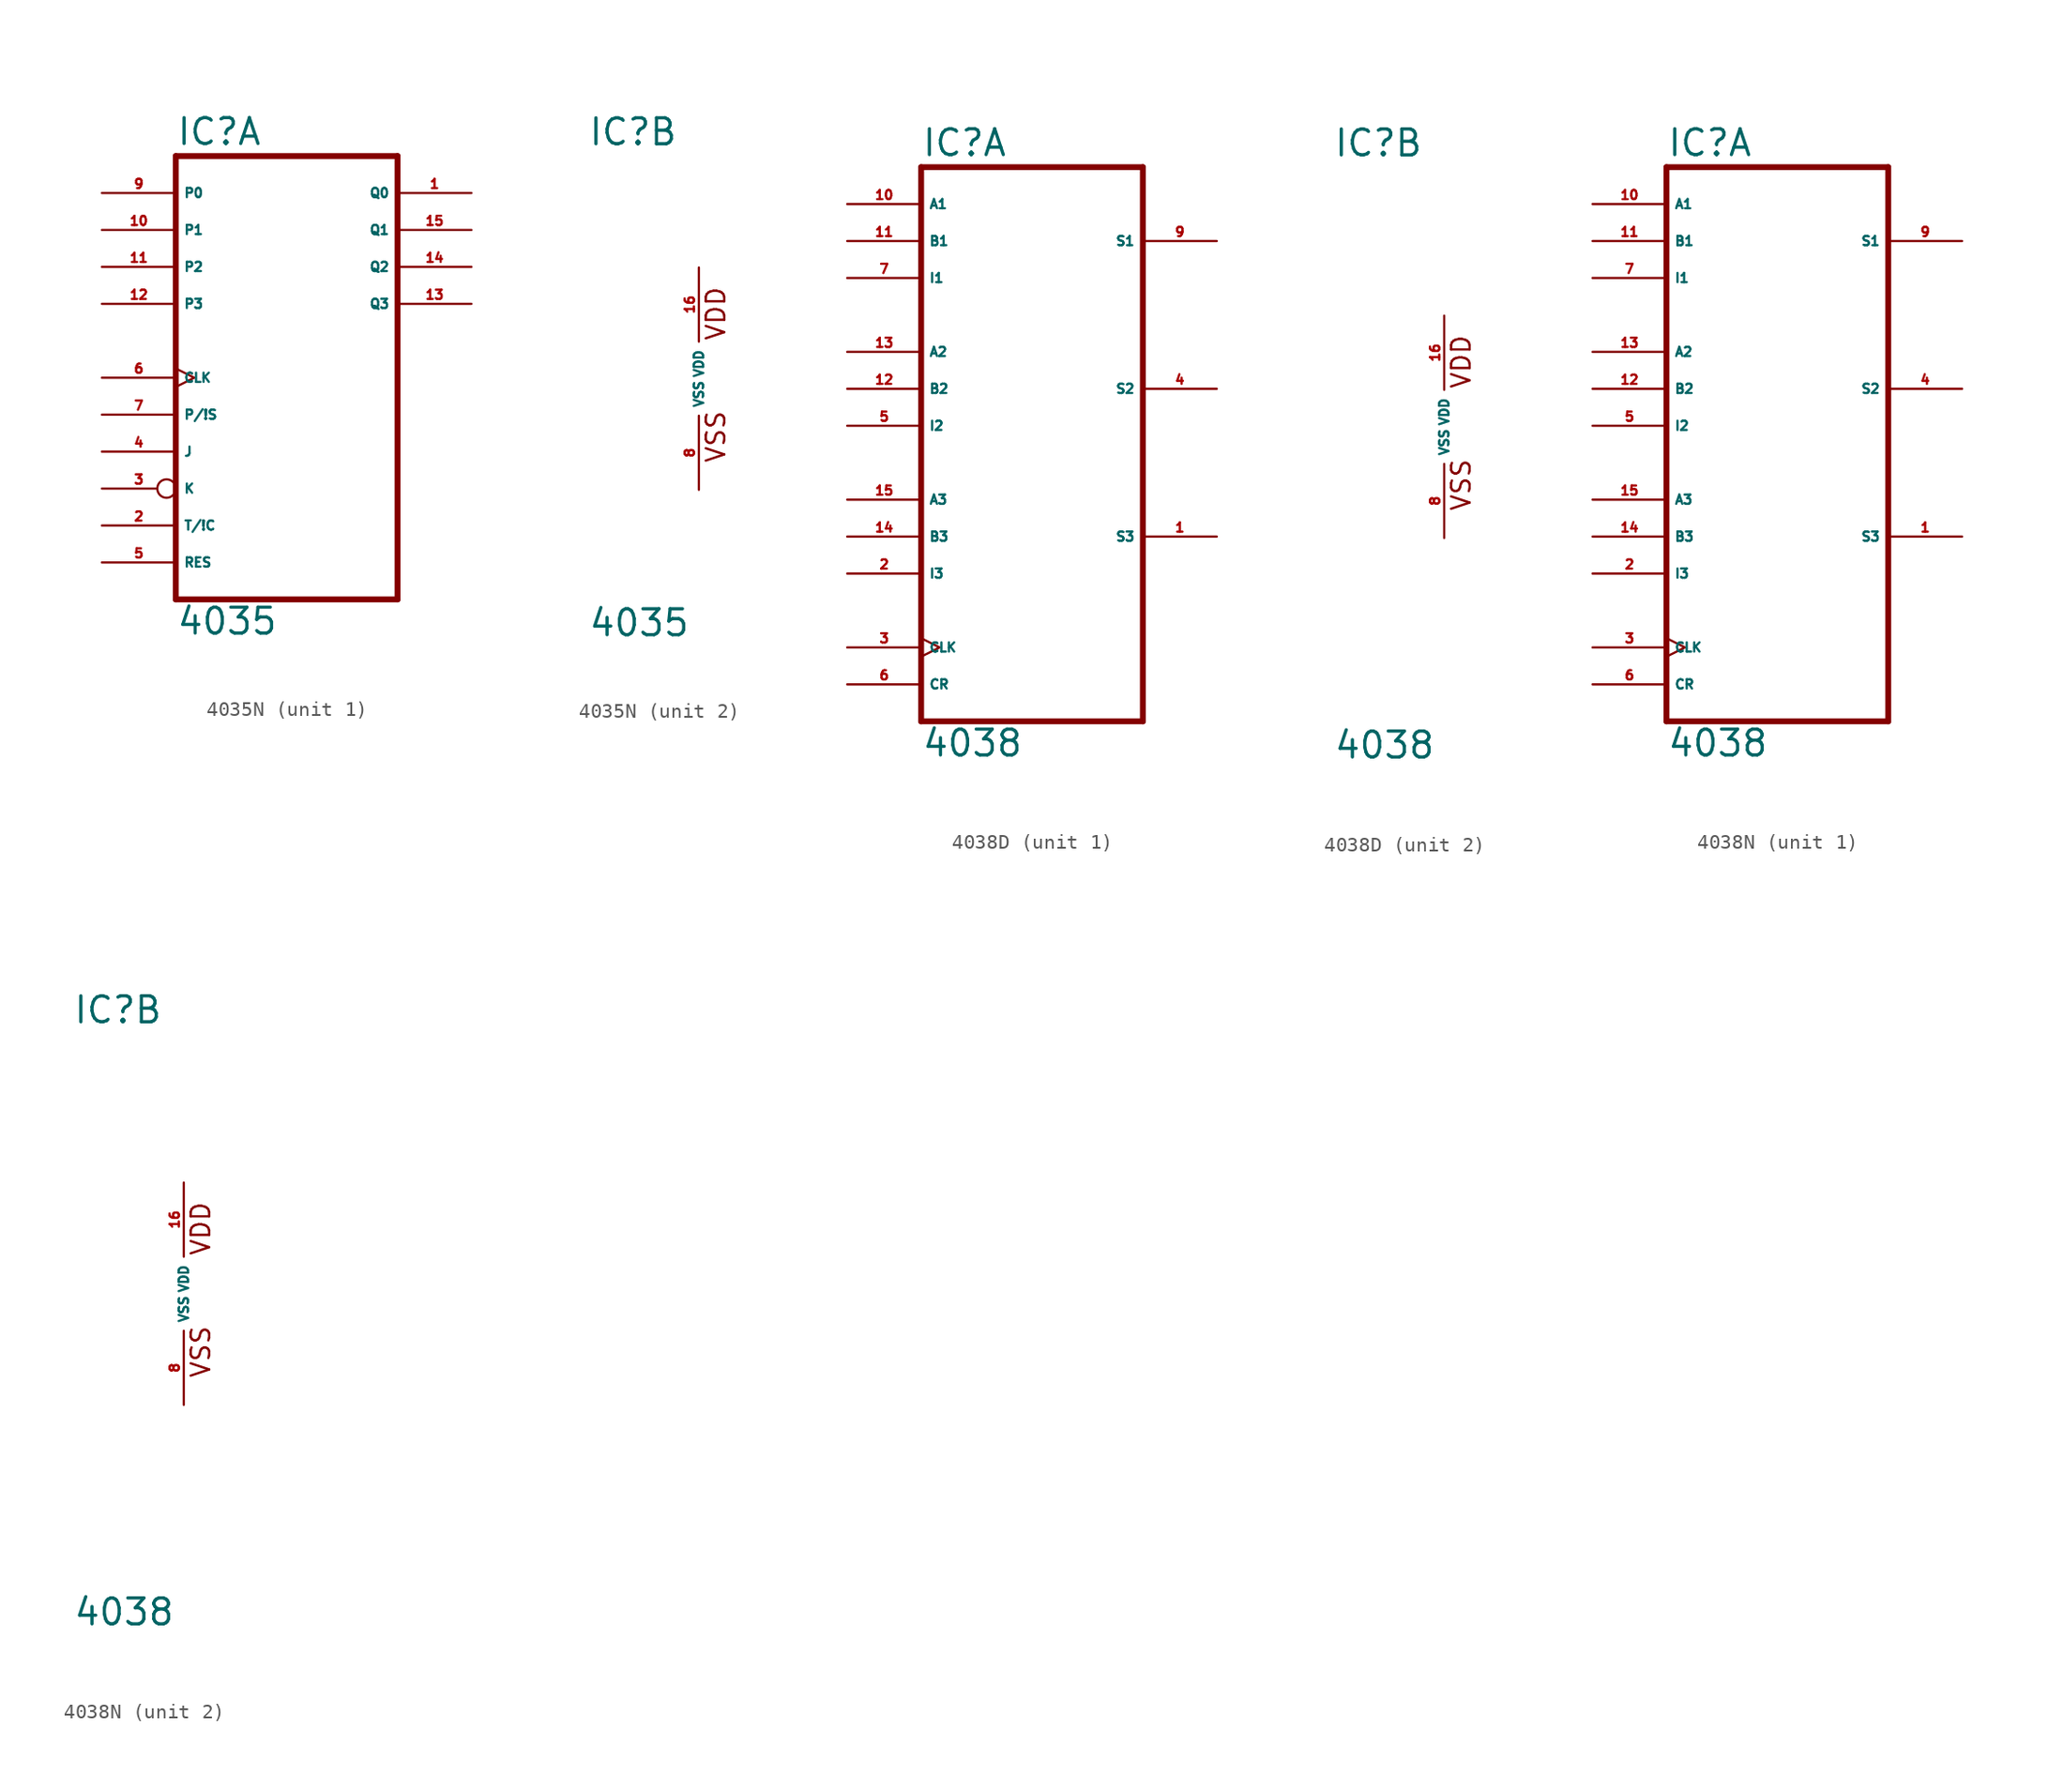
<source format=kicad_sym>
(kicad_symbol_lib
  (version 20220914)
  (generator Eagle2Kicad)
  (symbol "4035N"
    (property "Reference" "IC"
      (at -7.62 15.875 0)
      (effects (font (size 1.778 1.778) (thickness 0.22)) (justify left bottom)))
    (property "Value" "4035"
      (at -7.62 -17.78 0)
      (effects (font (size 1.778 1.778) (thickness 0.22)) (justify left bottom)))
    (symbol "4035N_1_0"
      (polyline (pts (xy -7.62 -15.24) (xy 7.62 -15.24)) (stroke (width 0.406) (type default)) (fill (type none)))
      (polyline (pts (xy 7.62 -15.24) (xy 7.62 15.24)) (stroke (width 0.406) (type default)) (fill (type none)))
      (polyline (pts (xy 7.62 15.24) (xy -7.62 15.24)) (stroke (width 0.406) (type default)) (fill (type none)))
      (polyline (pts (xy -7.62 15.24) (xy -7.62 -15.24)) (stroke (width 0.406) (type default)) (fill (type none)))
      (pin output line (at 12.7 12.7 180) (length 5.08) (name "Q0" (effects (font (size 0.635 0.635) (thickness 0.08)) (justify left bottom))) (number "1" (effects (font (size 0.635 0.635) (thickness 0.08)) (justify left bottom))))
      (pin input line (at -12.7 -10.16 0) (length 5.08) (name "T/!C" (effects (font (size 0.635 0.635) (thickness 0.08)) (justify left bottom))) (number "2" (effects (font (size 0.635 0.635) (thickness 0.08)) (justify left bottom))))
      (pin input inverted (at -12.7 -7.62 0) (length 5.08) (name "K" (effects (font (size 0.635 0.635) (thickness 0.08)) (justify left bottom))) (number "3" (effects (font (size 0.635 0.635) (thickness 0.08)) (justify left bottom))))
      (pin input line (at -12.7 -5.08 0) (length 5.08) (name "J" (effects (font (size 0.635 0.635) (thickness 0.08)) (justify left bottom))) (number "4" (effects (font (size 0.635 0.635) (thickness 0.08)) (justify left bottom))))
      (pin input line (at -12.7 -12.7 0) (length 5.08) (name "RES" (effects (font (size 0.635 0.635) (thickness 0.08)) (justify left bottom))) (number "5" (effects (font (size 0.635 0.635) (thickness 0.08)) (justify left bottom))))
      (pin input clock (at -12.7 0 0) (length 5.08) (name "CLK" (effects (font (size 0.635 0.635) (thickness 0.08)) (justify left bottom))) (number "6" (effects (font (size 0.635 0.635) (thickness 0.08)) (justify left bottom))))
      (pin input line (at -12.7 -2.54 0) (length 5.08) (name "P/!S" (effects (font (size 0.635 0.635) (thickness 0.08)) (justify left bottom))) (number "7" (effects (font (size 0.635 0.635) (thickness 0.08)) (justify left bottom))))
      (pin input line (at -12.7 12.7 0) (length 5.08) (name "P0" (effects (font (size 0.635 0.635) (thickness 0.08)) (justify left bottom))) (number "9" (effects (font (size 0.635 0.635) (thickness 0.08)) (justify left bottom))))
      (pin input line (at -12.7 10.16 0) (length 5.08) (name "P1" (effects (font (size 0.635 0.635) (thickness 0.08)) (justify left bottom))) (number "10" (effects (font (size 0.635 0.635) (thickness 0.08)) (justify left bottom))))
      (pin input line (at -12.7 7.62 0) (length 5.08) (name "P2" (effects (font (size 0.635 0.635) (thickness 0.08)) (justify left bottom))) (number "11" (effects (font (size 0.635 0.635) (thickness 0.08)) (justify left bottom))))
      (pin input line (at -12.7 5.08 0) (length 5.08) (name "P3" (effects (font (size 0.635 0.635) (thickness 0.08)) (justify left bottom))) (number "12" (effects (font (size 0.635 0.635) (thickness 0.08)) (justify left bottom))))
      (pin output line (at 12.7 5.08 180) (length 5.08) (name "Q3" (effects (font (size 0.635 0.635) (thickness 0.08)) (justify left bottom))) (number "13" (effects (font (size 0.635 0.635) (thickness 0.08)) (justify left bottom))))
      (pin output line (at 12.7 7.62 180) (length 5.08) (name "Q2" (effects (font (size 0.635 0.635) (thickness 0.08)) (justify left bottom))) (number "14" (effects (font (size 0.635 0.635) (thickness 0.08)) (justify left bottom))))
      (pin output line (at 12.7 10.16 180) (length 5.08) (name "Q1" (effects (font (size 0.635 0.635) (thickness 0.08)) (justify left bottom))) (number "15" (effects (font (size 0.635 0.635) (thickness 0.08)) (justify left bottom)))))
    (symbol "4035N_2_0"
      (text "VDD" (at 1.905 2.54 900) (effects (font (size 1.27 1.27) (thickness 0.16)) (justify left bottom)))
      (text "VSS" (at 1.905 -5.842 900) (effects (font (size 1.27 1.27) (thickness 0.16)) (justify left bottom)))
      (pin unspecified line (at 0 -7.62 90) (length 5.08) (name "VSS" (effects (font (size 0.635 0.635) (thickness 0.08)) (justify left bottom))) (number "8" (effects (font (size 0.635 0.635) (thickness 0.08)) (justify left bottom))))
      (pin unspecified line (at 0 7.62 270) (length 5.08) (name "VDD" (effects (font (size 0.635 0.635) (thickness 0.08)) (justify left bottom))) (number "16" (effects (font (size 0.635 0.635) (thickness 0.08)) (justify left bottom))))))
  (symbol "4038D"
    (property "Reference" "IC"
      (at -7.62 18.415 0)
      (effects (font (size 1.778 1.778) (thickness 0.22)) (justify left bottom)))
    (property "Value" "4038"
      (at -7.62 -22.86 0)
      (effects (font (size 1.778 1.778) (thickness 0.22)) (justify left bottom)))
    (symbol "4038D_1_0"
      (polyline (pts (xy -7.62 -20.32) (xy 7.62 -20.32)) (stroke (width 0.406) (type default)) (fill (type none)))
      (polyline (pts (xy 7.62 -20.32) (xy 7.62 17.78)) (stroke (width 0.406) (type default)) (fill (type none)))
      (polyline (pts (xy 7.62 17.78) (xy -7.62 17.78)) (stroke (width 0.406) (type default)) (fill (type none)))
      (polyline (pts (xy -7.62 17.78) (xy -7.62 -20.32)) (stroke (width 0.406) (type default)) (fill (type none)))
      (pin output line (at 12.7 -7.62 180) (length 5.08) (name "S3" (effects (font (size 0.635 0.635) (thickness 0.08)) (justify left bottom))) (number "1" (effects (font (size 0.635 0.635) (thickness 0.08)) (justify left bottom))))
      (pin input line (at -12.7 -10.16 0) (length 5.08) (name "I3" (effects (font (size 0.635 0.635) (thickness 0.08)) (justify left bottom))) (number "2" (effects (font (size 0.635 0.635) (thickness 0.08)) (justify left bottom))))
      (pin input clock (at -12.7 -15.24 0) (length 5.08) (name "CLK" (effects (font (size 0.635 0.635) (thickness 0.08)) (justify left bottom))) (number "3" (effects (font (size 0.635 0.635) (thickness 0.08)) (justify left bottom))))
      (pin output line (at 12.7 2.54 180) (length 5.08) (name "S2" (effects (font (size 0.635 0.635) (thickness 0.08)) (justify left bottom))) (number "4" (effects (font (size 0.635 0.635) (thickness 0.08)) (justify left bottom))))
      (pin input line (at -12.7 0 0) (length 5.08) (name "I2" (effects (font (size 0.635 0.635) (thickness 0.08)) (justify left bottom))) (number "5" (effects (font (size 0.635 0.635) (thickness 0.08)) (justify left bottom))))
      (pin input line (at -12.7 -17.78 0) (length 5.08) (name "CR" (effects (font (size 0.635 0.635) (thickness 0.08)) (justify left bottom))) (number "6" (effects (font (size 0.635 0.635) (thickness 0.08)) (justify left bottom))))
      (pin input line (at -12.7 10.16 0) (length 5.08) (name "I1" (effects (font (size 0.635 0.635) (thickness 0.08)) (justify left bottom))) (number "7" (effects (font (size 0.635 0.635) (thickness 0.08)) (justify left bottom))))
      (pin output line (at 12.7 12.7 180) (length 5.08) (name "S1" (effects (font (size 0.635 0.635) (thickness 0.08)) (justify left bottom))) (number "9" (effects (font (size 0.635 0.635) (thickness 0.08)) (justify left bottom))))
      (pin input line (at -12.7 15.24 0) (length 5.08) (name "A1" (effects (font (size 0.635 0.635) (thickness 0.08)) (justify left bottom))) (number "10" (effects (font (size 0.635 0.635) (thickness 0.08)) (justify left bottom))))
      (pin input line (at -12.7 12.7 0) (length 5.08) (name "B1" (effects (font (size 0.635 0.635) (thickness 0.08)) (justify left bottom))) (number "11" (effects (font (size 0.635 0.635) (thickness 0.08)) (justify left bottom))))
      (pin input line (at -12.7 2.54 0) (length 5.08) (name "B2" (effects (font (size 0.635 0.635) (thickness 0.08)) (justify left bottom))) (number "12" (effects (font (size 0.635 0.635) (thickness 0.08)) (justify left bottom))))
      (pin input line (at -12.7 5.08 0) (length 5.08) (name "A2" (effects (font (size 0.635 0.635) (thickness 0.08)) (justify left bottom))) (number "13" (effects (font (size 0.635 0.635) (thickness 0.08)) (justify left bottom))))
      (pin input line (at -12.7 -7.62 0) (length 5.08) (name "B3" (effects (font (size 0.635 0.635) (thickness 0.08)) (justify left bottom))) (number "14" (effects (font (size 0.635 0.635) (thickness 0.08)) (justify left bottom))))
      (pin input line (at -12.7 -5.08 0) (length 5.08) (name "A3" (effects (font (size 0.635 0.635) (thickness 0.08)) (justify left bottom))) (number "15" (effects (font (size 0.635 0.635) (thickness 0.08)) (justify left bottom)))))
    (symbol "4038D_2_0"
      (text "VDD" (at 1.905 2.54 900) (effects (font (size 1.27 1.27) (thickness 0.16)) (justify left bottom)))
      (text "VSS" (at 1.905 -5.842 900) (effects (font (size 1.27 1.27) (thickness 0.16)) (justify left bottom)))
      (pin unspecified line (at 0 -7.62 90) (length 5.08) (name "VSS" (effects (font (size 0.635 0.635) (thickness 0.08)) (justify left bottom))) (number "8" (effects (font (size 0.635 0.635) (thickness 0.08)) (justify left bottom))))
      (pin unspecified line (at 0 7.62 270) (length 5.08) (name "VDD" (effects (font (size 0.635 0.635) (thickness 0.08)) (justify left bottom))) (number "16" (effects (font (size 0.635 0.635) (thickness 0.08)) (justify left bottom))))))
  (symbol "4038N"
    (property "Reference" "IC"
      (at -7.62 18.415 0)
      (effects (font (size 1.778 1.778) (thickness 0.22)) (justify left bottom)))
    (property "Value" "4038"
      (at -7.62 -22.86 0)
      (effects (font (size 1.778 1.778) (thickness 0.22)) (justify left bottom)))
    (symbol "4038N_1_0"
      (polyline (pts (xy -7.62 -20.32) (xy 7.62 -20.32)) (stroke (width 0.406) (type default)) (fill (type none)))
      (polyline (pts (xy 7.62 -20.32) (xy 7.62 17.78)) (stroke (width 0.406) (type default)) (fill (type none)))
      (polyline (pts (xy 7.62 17.78) (xy -7.62 17.78)) (stroke (width 0.406) (type default)) (fill (type none)))
      (polyline (pts (xy -7.62 17.78) (xy -7.62 -20.32)) (stroke (width 0.406) (type default)) (fill (type none)))
      (pin output line (at 12.7 -7.62 180) (length 5.08) (name "S3" (effects (font (size 0.635 0.635) (thickness 0.08)) (justify left bottom))) (number "1" (effects (font (size 0.635 0.635) (thickness 0.08)) (justify left bottom))))
      (pin input line (at -12.7 -10.16 0) (length 5.08) (name "I3" (effects (font (size 0.635 0.635) (thickness 0.08)) (justify left bottom))) (number "2" (effects (font (size 0.635 0.635) (thickness 0.08)) (justify left bottom))))
      (pin input clock (at -12.7 -15.24 0) (length 5.08) (name "CLK" (effects (font (size 0.635 0.635) (thickness 0.08)) (justify left bottom))) (number "3" (effects (font (size 0.635 0.635) (thickness 0.08)) (justify left bottom))))
      (pin output line (at 12.7 2.54 180) (length 5.08) (name "S2" (effects (font (size 0.635 0.635) (thickness 0.08)) (justify left bottom))) (number "4" (effects (font (size 0.635 0.635) (thickness 0.08)) (justify left bottom))))
      (pin input line (at -12.7 0 0) (length 5.08) (name "I2" (effects (font (size 0.635 0.635) (thickness 0.08)) (justify left bottom))) (number "5" (effects (font (size 0.635 0.635) (thickness 0.08)) (justify left bottom))))
      (pin input line (at -12.7 -17.78 0) (length 5.08) (name "CR" (effects (font (size 0.635 0.635) (thickness 0.08)) (justify left bottom))) (number "6" (effects (font (size 0.635 0.635) (thickness 0.08)) (justify left bottom))))
      (pin input line (at -12.7 10.16 0) (length 5.08) (name "I1" (effects (font (size 0.635 0.635) (thickness 0.08)) (justify left bottom))) (number "7" (effects (font (size 0.635 0.635) (thickness 0.08)) (justify left bottom))))
      (pin output line (at 12.7 12.7 180) (length 5.08) (name "S1" (effects (font (size 0.635 0.635) (thickness 0.08)) (justify left bottom))) (number "9" (effects (font (size 0.635 0.635) (thickness 0.08)) (justify left bottom))))
      (pin input line (at -12.7 15.24 0) (length 5.08) (name "A1" (effects (font (size 0.635 0.635) (thickness 0.08)) (justify left bottom))) (number "10" (effects (font (size 0.635 0.635) (thickness 0.08)) (justify left bottom))))
      (pin input line (at -12.7 12.7 0) (length 5.08) (name "B1" (effects (font (size 0.635 0.635) (thickness 0.08)) (justify left bottom))) (number "11" (effects (font (size 0.635 0.635) (thickness 0.08)) (justify left bottom))))
      (pin input line (at -12.7 2.54 0) (length 5.08) (name "B2" (effects (font (size 0.635 0.635) (thickness 0.08)) (justify left bottom))) (number "12" (effects (font (size 0.635 0.635) (thickness 0.08)) (justify left bottom))))
      (pin input line (at -12.7 5.08 0) (length 5.08) (name "A2" (effects (font (size 0.635 0.635) (thickness 0.08)) (justify left bottom))) (number "13" (effects (font (size 0.635 0.635) (thickness 0.08)) (justify left bottom))))
      (pin input line (at -12.7 -7.62 0) (length 5.08) (name "B3" (effects (font (size 0.635 0.635) (thickness 0.08)) (justify left bottom))) (number "14" (effects (font (size 0.635 0.635) (thickness 0.08)) (justify left bottom))))
      (pin input line (at -12.7 -5.08 0) (length 5.08) (name "A3" (effects (font (size 0.635 0.635) (thickness 0.08)) (justify left bottom))) (number "15" (effects (font (size 0.635 0.635) (thickness 0.08)) (justify left bottom)))))
    (symbol "4038N_2_0"
      (text "VDD" (at 1.905 2.54 900) (effects (font (size 1.27 1.27) (thickness 0.16)) (justify left bottom)))
      (text "VSS" (at 1.905 -5.842 900) (effects (font (size 1.27 1.27) (thickness 0.16)) (justify left bottom)))
      (pin unspecified line (at 0 -7.62 90) (length 5.08) (name "VSS" (effects (font (size 0.635 0.635) (thickness 0.08)) (justify left bottom))) (number "8" (effects (font (size 0.635 0.635) (thickness 0.08)) (justify left bottom))))
      (pin unspecified line (at 0 7.62 270) (length 5.08) (name "VDD" (effects (font (size 0.635 0.635) (thickness 0.08)) (justify left bottom))) (number "16" (effects (font (size 0.635 0.635) (thickness 0.08)) (justify left bottom)))))))
</source>
